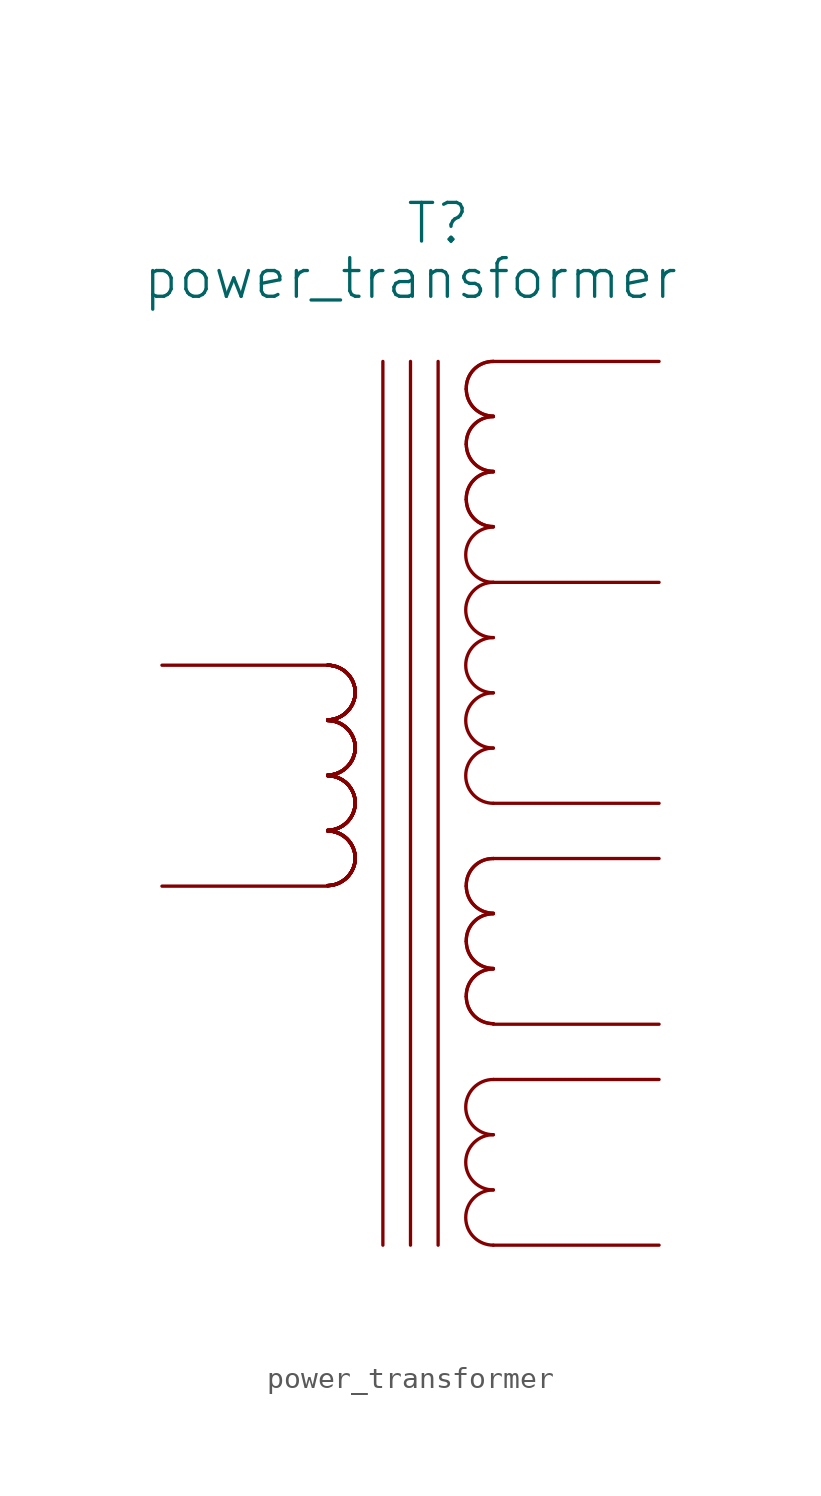
<source format=kicad_sym>
(kicad_symbol_lib
  (version 20211014)
  (generator kicad_symbol_editor)
  (symbol "power_transformer"
    (pin_names
      (offset 1.016) hide)
    (property "Reference" "T"
      (at 0 24.13 0)
      (effects (font (size 1.778 1.778))))
    (property "Value" "power_transformer"
      (at -1.27 21.59 0)
      (effects (font (size 1.778 1.778))))
    (property "Footprint" ""
      (at -1.27 0 0)
      (effects (font (size 1.524 1.524))))
    (property "Datasheet" ""
      (at -1.27 0 0)
      (effects (font (size 1.524 1.524))))
    (symbol "power_transformer_0_1"
      (arc (start -5.08 -6.3246) (mid -4.1961 -5.9563) (end -3.81 -5.08) (stroke (width 0) (type default) (color 0 0 0 0)) (fill (type none)))
      (arc (start -5.08 -6.3246) (mid -4.1961 -5.9563) (end -3.81 -5.08) (stroke (width 0) (type default) (color 0 0 0 0)) (fill (type none)))
      (arc (start -5.08 -6.3246) (mid -4.1961 -5.9563) (end -3.81 -5.08) (stroke (width 0) (type default) (color 0 0 0 0)) (fill (type none)))
      (arc (start -5.08 -6.3246) (mid -4.1961 -5.9563) (end -3.81 -5.08) (stroke (width 0) (type default) (color 0 0 0 0)) (fill (type none)))
      (arc (start -5.08 -6.3246) (mid -4.1961 -5.9563) (end -3.81 -5.08) (stroke (width 0) (type default) (color 0 0 0 0)) (fill (type none)))
      (arc (start -5.08 -6.3246) (mid -4.1961 -5.9563) (end -3.81 -5.08) (stroke (width 0) (type default) (color 0 0 0 0)) (fill (type none)))
      (arc (start -5.08 -6.3246) (mid -4.1961 -5.9563) (end -3.81 -5.08) (stroke (width 0) (type default) (color 0 0 0 0)) (fill (type none)))
      (arc (start -5.08 -6.3246) (mid -4.1961 -5.9563) (end -3.81 -5.08) (stroke (width 0) (type default) (color 0 0 0 0)) (fill (type none)))
      (arc (start -5.08 -3.7846) (mid -4.1961 -3.4163) (end -3.81 -2.54) (stroke (width 0) (type default) (color 0 0 0 0)) (fill (type none)))
      (arc (start -5.08 -3.7846) (mid -4.1961 -3.4163) (end -3.81 -2.54) (stroke (width 0) (type default) (color 0 0 0 0)) (fill (type none)))
      (arc (start -5.08 -3.7846) (mid -4.1961 -3.4163) (end -3.81 -2.54) (stroke (width 0) (type default) (color 0 0 0 0)) (fill (type none)))
      (arc (start -5.08 -3.7846) (mid -4.1961 -3.4163) (end -3.81 -2.54) (stroke (width 0) (type default) (color 0 0 0 0)) (fill (type none)))
      (arc (start -5.08 -3.7846) (mid -4.1961 -3.4163) (end -3.81 -2.54) (stroke (width 0) (type default) (color 0 0 0 0)) (fill (type none)))
      (arc (start -5.08 -3.7846) (mid -4.1961 -3.4163) (end -3.81 -2.54) (stroke (width 0) (type default) (color 0 0 0 0)) (fill (type none)))
      (arc (start -5.08 -3.7846) (mid -4.1961 -3.4163) (end -3.81 -2.54) (stroke (width 0) (type default) (color 0 0 0 0)) (fill (type none)))
      (arc (start -5.08 -3.7846) (mid -4.1961 -3.4163) (end -3.81 -2.54) (stroke (width 0) (type default) (color 0 0 0 0)) (fill (type none)))
      (arc (start -5.08 -1.2446) (mid -4.1961 -0.8763) (end -3.81 0) (stroke (width 0) (type default) (color 0 0 0 0)) (fill (type none)))
      (arc (start -5.08 -1.2446) (mid -4.1961 -0.8763) (end -3.81 0) (stroke (width 0) (type default) (color 0 0 0 0)) (fill (type none)))
      (arc (start -5.08 -1.2446) (mid -4.1961 -0.8763) (end -3.81 0) (stroke (width 0) (type default) (color 0 0 0 0)) (fill (type none)))
      (arc (start -5.08 -1.2446) (mid -4.1961 -0.8763) (end -3.81 0) (stroke (width 0) (type default) (color 0 0 0 0)) (fill (type none)))
      (arc (start -5.08 -1.2446) (mid -4.1961 -0.8763) (end -3.81 0) (stroke (width 0) (type default) (color 0 0 0 0)) (fill (type none)))
      (arc (start -5.08 -1.2446) (mid -4.1961 -0.8763) (end -3.81 0) (stroke (width 0) (type default) (color 0 0 0 0)) (fill (type none)))
      (arc (start -5.08 -1.2446) (mid -4.1961 -0.8763) (end -3.81 0) (stroke (width 0) (type default) (color 0 0 0 0)) (fill (type none)))
      (arc (start -5.08 -1.2446) (mid -4.1961 -0.8763) (end -3.81 0) (stroke (width 0) (type default) (color 0 0 0 0)) (fill (type none)))
      (arc (start -5.08 1.2954) (mid -4.1961 1.6637) (end -3.81 2.54) (stroke (width 0) (type default) (color 0 0 0 0)) (fill (type none)))
      (arc (start -5.08 1.2954) (mid -4.1961 1.6637) (end -3.81 2.54) (stroke (width 0) (type default) (color 0 0 0 0)) (fill (type none)))
      (arc (start -5.08 1.2954) (mid -4.1961 1.6637) (end -3.81 2.54) (stroke (width 0) (type default) (color 0 0 0 0)) (fill (type none)))
      (arc (start -5.08 1.2954) (mid -4.1961 1.6637) (end -3.81 2.54) (stroke (width 0) (type default) (color 0 0 0 0)) (fill (type none)))
      (arc (start -5.08 1.2954) (mid -4.1961 1.6637) (end -3.81 2.54) (stroke (width 0) (type default) (color 0 0 0 0)) (fill (type none)))
      (arc (start -5.08 1.2954) (mid -4.1961 1.6637) (end -3.81 2.54) (stroke (width 0) (type default) (color 0 0 0 0)) (fill (type none)))
      (arc (start -5.08 1.2954) (mid -4.1961 1.6637) (end -3.81 2.54) (stroke (width 0) (type default) (color 0 0 0 0)) (fill (type none)))
      (arc (start -5.08 1.2954) (mid -4.1961 1.6637) (end -3.81 2.54) (stroke (width 0) (type default) (color 0 0 0 0)) (fill (type none)))
      (arc (start -3.81 -5.08) (mid -4.182 -4.182) (end -5.08 -3.81) (stroke (width 0) (type default) (color 0 0 0 0)) (fill (type none)))
      (arc (start -3.81 -5.08) (mid -4.182 -4.182) (end -5.08 -3.81) (stroke (width 0) (type default) (color 0 0 0 0)) (fill (type none)))
      (arc (start -3.81 -5.08) (mid -4.182 -4.182) (end -5.08 -3.81) (stroke (width 0) (type default) (color 0 0 0 0)) (fill (type none)))
      (arc (start -3.81 -5.08) (mid -4.182 -4.182) (end -5.08 -3.81) (stroke (width 0) (type default) (color 0 0 0 0)) (fill (type none)))
      (arc (start -3.81 -5.08) (mid -4.182 -4.182) (end -5.08 -3.81) (stroke (width 0) (type default) (color 0 0 0 0)) (fill (type none)))
      (arc (start -3.81 -5.08) (mid -4.182 -4.182) (end -5.08 -3.81) (stroke (width 0) (type default) (color 0 0 0 0)) (fill (type none)))
      (arc (start -3.81 -5.08) (mid -4.182 -4.182) (end -5.08 -3.81) (stroke (width 0) (type default) (color 0 0 0 0)) (fill (type none)))
      (arc (start -3.81 -5.08) (mid -4.182 -4.182) (end -5.08 -3.81) (stroke (width 0) (type default) (color 0 0 0 0)) (fill (type none)))
      (arc (start -3.81 -2.54) (mid -4.182 -1.642) (end -5.08 -1.27) (stroke (width 0) (type default) (color 0 0 0 0)) (fill (type none)))
      (arc (start -3.81 -2.54) (mid -4.182 -1.642) (end -5.08 -1.27) (stroke (width 0) (type default) (color 0 0 0 0)) (fill (type none)))
      (arc (start -3.81 -2.54) (mid -4.182 -1.642) (end -5.08 -1.27) (stroke (width 0) (type default) (color 0 0 0 0)) (fill (type none)))
      (arc (start -3.81 -2.54) (mid -4.182 -1.642) (end -5.08 -1.27) (stroke (width 0) (type default) (color 0 0 0 0)) (fill (type none)))
      (arc (start -3.81 -2.54) (mid -4.182 -1.642) (end -5.08 -1.27) (stroke (width 0) (type default) (color 0 0 0 0)) (fill (type none)))
      (arc (start -3.81 -2.54) (mid -4.182 -1.642) (end -5.08 -1.27) (stroke (width 0) (type default) (color 0 0 0 0)) (fill (type none)))
      (arc (start -3.81 -2.54) (mid -4.182 -1.642) (end -5.08 -1.27) (stroke (width 0) (type default) (color 0 0 0 0)) (fill (type none)))
      (arc (start -3.81 -2.54) (mid -4.182 -1.642) (end -5.08 -1.27) (stroke (width 0) (type default) (color 0 0 0 0)) (fill (type none)))
      (arc (start -3.81 0) (mid -4.182 0.898) (end -5.08 1.27) (stroke (width 0) (type default) (color 0 0 0 0)) (fill (type none)))
      (arc (start -3.81 0) (mid -4.182 0.898) (end -5.08 1.27) (stroke (width 0) (type default) (color 0 0 0 0)) (fill (type none)))
      (arc (start -3.81 0) (mid -4.182 0.898) (end -5.08 1.27) (stroke (width 0) (type default) (color 0 0 0 0)) (fill (type none)))
      (arc (start -3.81 0) (mid -4.182 0.898) (end -5.08 1.27) (stroke (width 0) (type default) (color 0 0 0 0)) (fill (type none)))
      (arc (start -3.81 0) (mid -4.182 0.898) (end -5.08 1.27) (stroke (width 0) (type default) (color 0 0 0 0)) (fill (type none)))
      (arc (start -3.81 0) (mid -4.182 0.898) (end -5.08 1.27) (stroke (width 0) (type default) (color 0 0 0 0)) (fill (type none)))
      (arc (start -3.81 0) (mid -4.182 0.898) (end -5.08 1.27) (stroke (width 0) (type default) (color 0 0 0 0)) (fill (type none)))
      (arc (start -3.81 0) (mid -4.182 0.898) (end -5.08 1.27) (stroke (width 0) (type default) (color 0 0 0 0)) (fill (type none)))
      (arc (start -3.81 2.54) (mid -4.182 3.438) (end -5.08 3.81) (stroke (width 0) (type default) (color 0 0 0 0)) (fill (type none)))
      (arc (start -3.81 2.54) (mid -4.182 3.438) (end -5.08 3.81) (stroke (width 0) (type default) (color 0 0 0 0)) (fill (type none)))
      (arc (start -3.81 2.54) (mid -4.182 3.438) (end -5.08 3.81) (stroke (width 0) (type default) (color 0 0 0 0)) (fill (type none)))
      (arc (start -3.81 2.54) (mid -4.182 3.438) (end -5.08 3.81) (stroke (width 0) (type default) (color 0 0 0 0)) (fill (type none)))
      (arc (start -3.81 2.54) (mid -4.182 3.438) (end -5.08 3.81) (stroke (width 0) (type default) (color 0 0 0 0)) (fill (type none)))
      (arc (start -3.81 2.54) (mid -4.182 3.438) (end -5.08 3.81) (stroke (width 0) (type default) (color 0 0 0 0)) (fill (type none)))
      (arc (start -3.81 2.54) (mid -4.182 3.438) (end -5.08 3.81) (stroke (width 0) (type default) (color 0 0 0 0)) (fill (type none)))
      (arc (start -3.81 2.54) (mid -4.182 3.438) (end -5.08 3.81) (stroke (width 0) (type default) (color 0 0 0 0)) (fill (type none)))
      (polyline (pts (xy -2.54 17.78) (xy -2.54 -22.86)) (stroke (width 0) (type default) (color 0 0 0 0)) (fill (type none)))
      (polyline (pts (xy -1.27 -22.86) (xy -1.27 17.78)) (stroke (width 0) (type default) (color 0 0 0 0)) (fill (type none)))
      (polyline (pts (xy 0 17.78) (xy 0 -22.86)) (stroke (width 0) (type default) (color 0 0 0 0)) (fill (type none)))
      (arc (start 1.2954 -11.43) (mid 1.6599 -12.3101) (end 2.54 -12.6746) (stroke (width 0) (type default) (color 0 0 0 0)) (fill (type none)))
      (arc (start 1.2954 -11.43) (mid 1.6599 -12.3101) (end 2.54 -12.6746) (stroke (width 0) (type default) (color 0 0 0 0)) (fill (type none)))
      (arc (start 1.2954 -8.89) (mid 1.6599 -9.7701) (end 2.54 -10.1346) (stroke (width 0) (type default) (color 0 0 0 0)) (fill (type none)))
      (arc (start 1.2954 -8.89) (mid 1.6599 -9.7701) (end 2.54 -10.1346) (stroke (width 0) (type default) (color 0 0 0 0)) (fill (type none)))
      (arc (start 1.2954 -6.35) (mid 1.6599 -7.2301) (end 2.54 -7.5946) (stroke (width 0) (type default) (color 0 0 0 0)) (fill (type none)))
      (arc (start 1.2954 -6.35) (mid 1.6599 -7.2301) (end 2.54 -7.5946) (stroke (width 0) (type default) (color 0 0 0 0)) (fill (type none)))
      (arc (start 1.2954 11.43) (mid 1.6599 10.5499) (end 2.54 10.1854) (stroke (width 0) (type default) (color 0 0 0 0)) (fill (type none)))
      (arc (start 1.2954 11.43) (mid 1.6599 10.5499) (end 2.54 10.1854) (stroke (width 0) (type default) (color 0 0 0 0)) (fill (type none)))
      (arc (start 1.2954 13.97) (mid 1.6599 13.0899) (end 2.54 12.7254) (stroke (width 0) (type default) (color 0 0 0 0)) (fill (type none)))
      (arc (start 1.2954 13.97) (mid 1.6599 13.0899) (end 2.54 12.7254) (stroke (width 0) (type default) (color 0 0 0 0)) (fill (type none)))
      (arc (start 1.2954 16.51) (mid 1.6599 15.6299) (end 2.54 15.2654) (stroke (width 0) (type default) (color 0 0 0 0)) (fill (type none)))
      (arc (start 1.2954 16.51) (mid 1.6599 15.6299) (end 2.54 15.2654) (stroke (width 0) (type default) (color 0 0 0 0)) (fill (type none)))
      (arc (start 2.54 -20.32) (mid 1.27 -21.59) (end 2.54 -22.86) (stroke (width 0) (type default) (color 0 0 0 0)) (fill (type none)))
      (arc (start 2.54 -17.78) (mid 1.27 -19.05) (end 2.54 -20.32) (stroke (width 0) (type default) (color 0 0 0 0)) (fill (type none)))
      (arc (start 2.54 -15.24) (mid 1.27 -16.51) (end 2.54 -17.78) (stroke (width 0) (type default) (color 0 0 0 0)) (fill (type none)))
      (arc (start 2.54 -10.16) (mid 1.6456 -10.5283) (end 1.2954 -11.43) (stroke (width 0) (type default) (color 0 0 0 0)) (fill (type none)))
      (arc (start 2.54 -10.16) (mid 1.6456 -10.5283) (end 1.2954 -11.43) (stroke (width 0) (type default) (color 0 0 0 0)) (fill (type none)))
      (arc (start 2.54 -7.62) (mid 1.6456 -7.9883) (end 1.2954 -8.89) (stroke (width 0) (type default) (color 0 0 0 0)) (fill (type none)))
      (arc (start 2.54 -7.62) (mid 1.6456 -7.9883) (end 1.2954 -8.89) (stroke (width 0) (type default) (color 0 0 0 0)) (fill (type none)))
      (arc (start 2.54 -5.08) (mid 1.6456 -5.4483) (end 1.2954 -6.35) (stroke (width 0) (type default) (color 0 0 0 0)) (fill (type none)))
      (arc (start 2.54 -5.08) (mid 1.6456 -5.4483) (end 1.2954 -6.35) (stroke (width 0) (type default) (color 0 0 0 0)) (fill (type none)))
      (arc (start 2.54 0) (mid 1.27 -1.27) (end 2.54 -2.54) (stroke (width 0) (type default) (color 0 0 0 0)) (fill (type none)))
      (arc (start 2.54 2.54) (mid 1.27 1.27) (end 2.54 0) (stroke (width 0) (type default) (color 0 0 0 0)) (fill (type none)))
      (arc (start 2.54 5.08) (mid 1.27 3.81) (end 2.54 2.54) (stroke (width 0) (type default) (color 0 0 0 0)) (fill (type none)))
      (arc (start 2.54 7.62) (mid 1.27 6.35) (end 2.54 5.08) (stroke (width 0) (type default) (color 0 0 0 0)) (fill (type none)))
      (arc (start 2.54 10.16) (mid 1.27 8.89) (end 2.54 7.62) (stroke (width 0) (type default) (color 0 0 0 0)) (fill (type none)))
      (arc (start 2.54 12.7) (mid 1.6456 12.3317) (end 1.2954 11.43) (stroke (width 0) (type default) (color 0 0 0 0)) (fill (type none)))
      (arc (start 2.54 12.7) (mid 1.6456 12.3317) (end 1.2954 11.43) (stroke (width 0) (type default) (color 0 0 0 0)) (fill (type none)))
      (arc (start 2.54 15.24) (mid 1.6456 14.8717) (end 1.2954 13.97) (stroke (width 0) (type default) (color 0 0 0 0)) (fill (type none)))
      (arc (start 2.54 15.24) (mid 1.6456 14.8717) (end 1.2954 13.97) (stroke (width 0) (type default) (color 0 0 0 0)) (fill (type none)))
      (arc (start 2.54 17.78) (mid 1.6456 17.4117) (end 1.2954 16.51) (stroke (width 0) (type default) (color 0 0 0 0)) (fill (type none)))
      (arc (start 2.54 17.78) (mid 1.6456 17.4117) (end 1.2954 16.51) (stroke (width 0) (type default) (color 0 0 0 0)) (fill (type none))))
    (symbol "power_transformer_1_1"
      (pin passive line (at -12.7 3.81 0) (length 7.62) (name "" (effects (font (size 1.524 1.524)))) (number "" (effects (font (size 1.524 1.524)))))
      (pin passive line (at -12.7 -6.35 0) (length 7.62) (name "~" (effects (font (size 1.524 1.524)))) (number "" (effects (font (size 1.524 1.524)))))
      (pin passive line (at 10.16 -22.86 180) (length 7.62) (name "~" (effects (font (size 1.524 1.524)))) (number "" (effects (font (size 1.524 1.524)))))
      (pin passive line (at 10.16 -15.24 180) (length 7.62) (name "~" (effects (font (size 1.524 1.524)))) (number "" (effects (font (size 1.524 1.524)))))
      (pin passive line (at 10.16 -12.7 180) (length 7.62) (name "~" (effects (font (size 1.524 1.524)))) (number "" (effects (font (size 1.524 1.524)))))
      (pin passive line (at 10.16 -5.08 180) (length 7.62) (name "~" (effects (font (size 1.524 1.524)))) (number "" (effects (font (size 1.524 1.524)))))
      (pin passive line (at 10.16 -2.54 180) (length 7.62) (name "~" (effects (font (size 1.524 1.524)))) (number "" (effects (font (size 1.524 1.524)))))
      (pin passive line (at 10.16 7.62 180) (length 7.62) (name "~" (effects (font (size 1.524 1.524)))) (number "" (effects (font (size 1.524 1.524)))))
      (pin passive line (at 10.16 17.78 180) (length 7.62) (name "~" (effects (font (size 1.524 1.524)))) (number "" (effects (font (size 1.524 1.524))))))))
</source>
